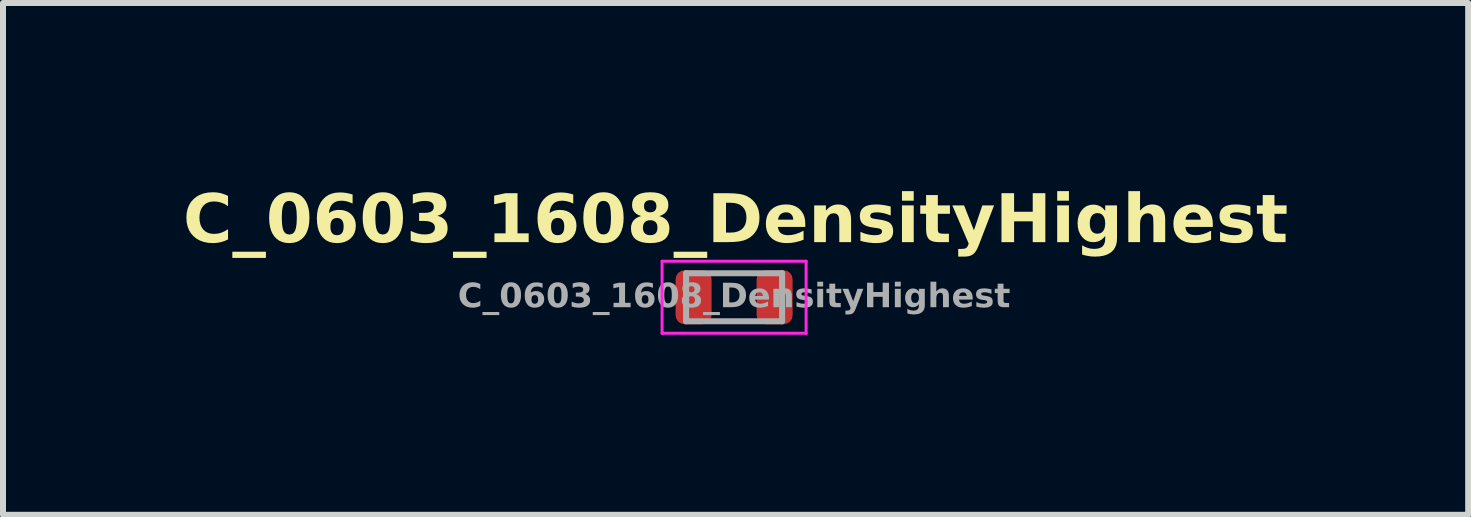
<source format=kicad_pcb>
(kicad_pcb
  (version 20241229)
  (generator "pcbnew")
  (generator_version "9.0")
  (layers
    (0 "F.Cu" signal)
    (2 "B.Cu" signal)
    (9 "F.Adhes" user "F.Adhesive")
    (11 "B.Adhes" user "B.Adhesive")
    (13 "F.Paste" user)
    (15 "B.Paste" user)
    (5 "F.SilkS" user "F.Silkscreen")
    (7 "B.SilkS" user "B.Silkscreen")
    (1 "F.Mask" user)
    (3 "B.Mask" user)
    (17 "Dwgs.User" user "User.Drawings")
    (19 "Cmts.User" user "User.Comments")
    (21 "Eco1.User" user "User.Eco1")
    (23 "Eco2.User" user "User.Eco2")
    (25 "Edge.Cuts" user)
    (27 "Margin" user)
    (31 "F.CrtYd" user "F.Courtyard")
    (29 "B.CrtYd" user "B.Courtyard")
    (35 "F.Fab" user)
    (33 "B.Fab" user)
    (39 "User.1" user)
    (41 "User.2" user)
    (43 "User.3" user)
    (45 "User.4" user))
  (footprint "C_0603_1608_DensityHighest"
    (layer "F.Cu")
    (at 9.182 1.903)
    (property "Reference" "C_0603_1608_DensityHighest" (at 0.025 -1.25 0) (unlocked yes) (layer "F.SilkS") (effects (font (face "JetBrains Mono SemiBold") (size 0.8 0.8) (thickness 0.1))))
    (attr smd)
    (fp_line (start -1.2 -0.6) (end 1.2 -0.6) (stroke (width 0.05) (type solid)) (layer "F.CrtYd"))
    (fp_line (start -1.2 0.6) (end -1.2 -0.6) (stroke (width 0.05) (type solid)) (layer "F.CrtYd"))
    (fp_line (start 1.2 -0.6) (end 1.2 0.6) (stroke (width 0.05) (type solid)) (layer "F.CrtYd"))
    (fp_line (start 1.2 0.6) (end -1.2 0.6) (stroke (width 0.05) (type solid)) (layer "F.CrtYd"))
    (fp_line (start -0.8 -0.4) (end 0.8 -0.4) (stroke (width 0.1) (type solid)) (layer "F.Fab"))
    (fp_line (start -0.8 0.4) (end -0.8 -0.4) (stroke (width 0.1) (type solid)) (layer "F.Fab"))
    (fp_line (start 0.8 -0.4) (end 0.8 0.4) (stroke (width 0.1) (type solid)) (layer "F.Fab"))
    (fp_line (start 0.8 0.4) (end -0.8 0.4) (stroke (width 0.1) (type solid)) (layer "F.Fab"))
    (fp_text user "${REFERENCE}" (at 0 0 0) (layer "F.Fab") (effects (font (face "JetBrains Mono SemiBold") (size 0.4 0.4) (thickness 0.06))))
    (pad "1" smd roundrect (at -0.675 0) (size 0.6 0.9) (layers "F.Cu" "F.Mask" "F.Paste") (roundrect_rratio 0.25))
    (pad "2" smd roundrect (at 0.675 0) (size 0.6 0.9) (layers "F.Cu" "F.Mask" "F.Paste") (roundrect_rratio 0.25)))
  (gr_rect
    (start -3 -3)
    (end 21.414 5.528)
    (stroke (width 0.1) (type default))
    (fill no)
    (layer "Edge.Cuts")))
</source>
